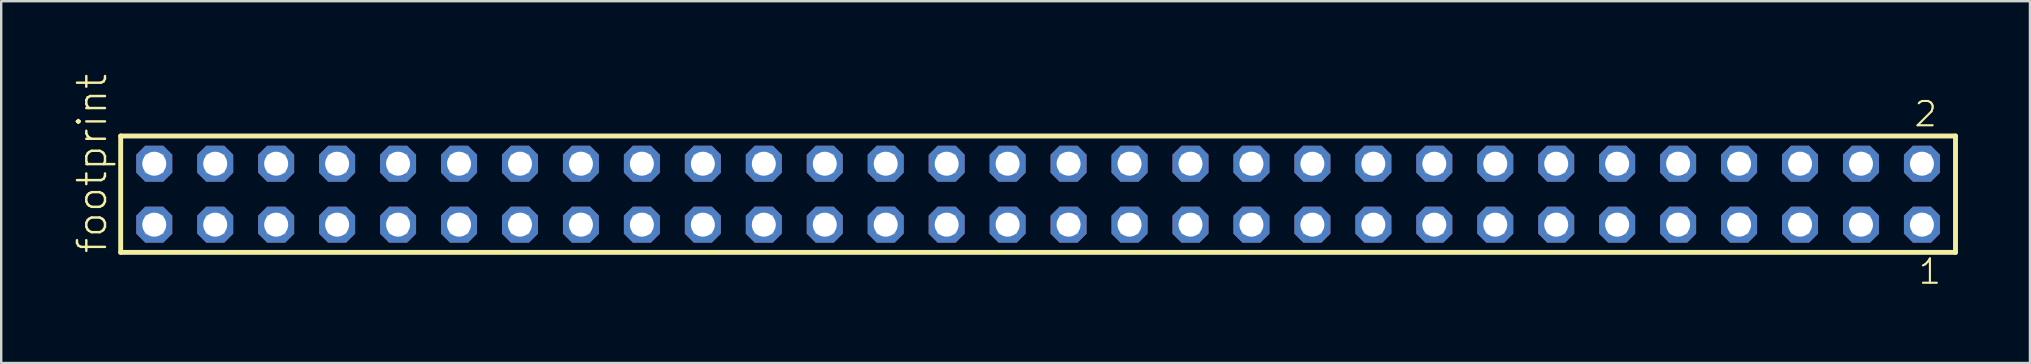
<source format=kicad_pcb>
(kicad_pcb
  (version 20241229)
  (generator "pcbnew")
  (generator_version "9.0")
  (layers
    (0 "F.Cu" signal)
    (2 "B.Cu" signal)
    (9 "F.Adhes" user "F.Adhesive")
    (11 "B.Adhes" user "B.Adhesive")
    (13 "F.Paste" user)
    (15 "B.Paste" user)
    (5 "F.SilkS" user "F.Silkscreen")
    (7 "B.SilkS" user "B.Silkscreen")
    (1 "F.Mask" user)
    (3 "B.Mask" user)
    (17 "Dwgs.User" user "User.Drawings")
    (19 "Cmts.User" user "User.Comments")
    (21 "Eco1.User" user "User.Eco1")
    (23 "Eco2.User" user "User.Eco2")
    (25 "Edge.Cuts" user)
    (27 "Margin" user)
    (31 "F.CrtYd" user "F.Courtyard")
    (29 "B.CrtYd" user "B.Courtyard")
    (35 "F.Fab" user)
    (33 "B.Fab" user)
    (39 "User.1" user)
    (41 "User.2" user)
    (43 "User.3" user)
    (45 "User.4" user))
  (footprint "footprint"
    (layer "F.Cu")
    (at 40.208 5.042)
    (property "Reference" "footprint" (at -38.735 2.54 90) (layer "F.SilkS") (effects (font (size 1.168 1.168) (thickness 0.102)) (justify left bottom)))
    (fp_line (start -38.229 -2.425) (end 38.229 -2.425) (stroke (width 0.203) (type solid)) (layer "F.SilkS"))
    (fp_line (start -38.229 2.425) (end -38.229 -2.425) (stroke (width 0.203) (type solid)) (layer "F.SilkS"))
    (fp_line (start 38.229 -2.425) (end 38.229 2.425) (stroke (width 0.203) (type solid)) (layer "F.SilkS"))
    (fp_line (start 38.229 2.425) (end -38.229 2.425) (stroke (width 0.203) (type solid)) (layer "F.SilkS"))
    (fp_poly (pts (xy -37.18 -0.92) (xy -36.48 -0.92) (xy -36.48 -1.62) (xy -37.18 -1.62)) (stroke (width 0.1) (type solid)) (fill no) (layer "F.Fab"))
    (fp_poly (pts (xy -37.18 1.62) (xy -36.48 1.62) (xy -36.48 0.92) (xy -37.18 0.92)) (stroke (width 0.1) (type solid)) (fill no) (layer "F.Fab"))
    (fp_poly (pts (xy -34.64 -0.92) (xy -33.94 -0.92) (xy -33.94 -1.62) (xy -34.64 -1.62)) (stroke (width 0.1) (type solid)) (fill no) (layer "F.Fab"))
    (fp_poly (pts (xy -34.64 1.62) (xy -33.94 1.62) (xy -33.94 0.92) (xy -34.64 0.92)) (stroke (width 0.1) (type solid)) (fill no) (layer "F.Fab"))
    (fp_poly (pts (xy -32.1 -0.92) (xy -31.4 -0.92) (xy -31.4 -1.62) (xy -32.1 -1.62)) (stroke (width 0.1) (type solid)) (fill no) (layer "F.Fab"))
    (fp_poly (pts (xy -32.1 1.62) (xy -31.4 1.62) (xy -31.4 0.92) (xy -32.1 0.92)) (stroke (width 0.1) (type solid)) (fill no) (layer "F.Fab"))
    (fp_poly (pts (xy -29.56 -0.92) (xy -28.86 -0.92) (xy -28.86 -1.62) (xy -29.56 -1.62)) (stroke (width 0.1) (type solid)) (fill no) (layer "F.Fab"))
    (fp_poly (pts (xy -29.56 1.62) (xy -28.86 1.62) (xy -28.86 0.92) (xy -29.56 0.92)) (stroke (width 0.1) (type solid)) (fill no) (layer "F.Fab"))
    (fp_poly (pts (xy -27.02 -0.92) (xy -26.32 -0.92) (xy -26.32 -1.62) (xy -27.02 -1.62)) (stroke (width 0.1) (type solid)) (fill no) (layer "F.Fab"))
    (fp_poly (pts (xy -27.02 1.62) (xy -26.32 1.62) (xy -26.32 0.92) (xy -27.02 0.92)) (stroke (width 0.1) (type solid)) (fill no) (layer "F.Fab"))
    (fp_poly (pts (xy -24.48 -0.92) (xy -23.78 -0.92) (xy -23.78 -1.62) (xy -24.48 -1.62)) (stroke (width 0.1) (type solid)) (fill no) (layer "F.Fab"))
    (fp_poly (pts (xy -24.48 1.62) (xy -23.78 1.62) (xy -23.78 0.92) (xy -24.48 0.92)) (stroke (width 0.1) (type solid)) (fill no) (layer "F.Fab"))
    (fp_poly (pts (xy -21.94 -0.92) (xy -21.24 -0.92) (xy -21.24 -1.62) (xy -21.94 -1.62)) (stroke (width 0.1) (type solid)) (fill no) (layer "F.Fab"))
    (fp_poly (pts (xy -21.94 1.62) (xy -21.24 1.62) (xy -21.24 0.92) (xy -21.94 0.92)) (stroke (width 0.1) (type solid)) (fill no) (layer "F.Fab"))
    (fp_poly (pts (xy -19.4 -0.92) (xy -18.7 -0.92) (xy -18.7 -1.62) (xy -19.4 -1.62)) (stroke (width 0.1) (type solid)) (fill no) (layer "F.Fab"))
    (fp_poly (pts (xy -19.4 1.62) (xy -18.7 1.62) (xy -18.7 0.92) (xy -19.4 0.92)) (stroke (width 0.1) (type solid)) (fill no) (layer "F.Fab"))
    (fp_poly (pts (xy -16.86 -0.92) (xy -16.16 -0.92) (xy -16.16 -1.62) (xy -16.86 -1.62)) (stroke (width 0.1) (type solid)) (fill no) (layer "F.Fab"))
    (fp_poly (pts (xy -16.86 1.62) (xy -16.16 1.62) (xy -16.16 0.92) (xy -16.86 0.92)) (stroke (width 0.1) (type solid)) (fill no) (layer "F.Fab"))
    (fp_poly (pts (xy -14.32 -0.92) (xy -13.62 -0.92) (xy -13.62 -1.62) (xy -14.32 -1.62)) (stroke (width 0.1) (type solid)) (fill no) (layer "F.Fab"))
    (fp_poly (pts (xy -14.32 1.62) (xy -13.62 1.62) (xy -13.62 0.92) (xy -14.32 0.92)) (stroke (width 0.1) (type solid)) (fill no) (layer "F.Fab"))
    (fp_poly (pts (xy -11.78 -0.92) (xy -11.08 -0.92) (xy -11.08 -1.62) (xy -11.78 -1.62)) (stroke (width 0.1) (type solid)) (fill no) (layer "F.Fab"))
    (fp_poly (pts (xy -11.78 1.62) (xy -11.08 1.62) (xy -11.08 0.92) (xy -11.78 0.92)) (stroke (width 0.1) (type solid)) (fill no) (layer "F.Fab"))
    (fp_poly (pts (xy -9.24 -0.92) (xy -8.54 -0.92) (xy -8.54 -1.62) (xy -9.24 -1.62)) (stroke (width 0.1) (type solid)) (fill no) (layer "F.Fab"))
    (fp_poly (pts (xy -9.24 1.62) (xy -8.54 1.62) (xy -8.54 0.92) (xy -9.24 0.92)) (stroke (width 0.1) (type solid)) (fill no) (layer "F.Fab"))
    (fp_poly (pts (xy -6.7 -0.92) (xy -6 -0.92) (xy -6 -1.62) (xy -6.7 -1.62)) (stroke (width 0.1) (type solid)) (fill no) (layer "F.Fab"))
    (fp_poly (pts (xy -6.7 1.62) (xy -6 1.62) (xy -6 0.92) (xy -6.7 0.92)) (stroke (width 0.1) (type solid)) (fill no) (layer "F.Fab"))
    (fp_poly (pts (xy -4.16 -0.92) (xy -3.46 -0.92) (xy -3.46 -1.62) (xy -4.16 -1.62)) (stroke (width 0.1) (type solid)) (fill no) (layer "F.Fab"))
    (fp_poly (pts (xy -4.16 1.62) (xy -3.46 1.62) (xy -3.46 0.92) (xy -4.16 0.92)) (stroke (width 0.1) (type solid)) (fill no) (layer "F.Fab"))
    (fp_poly (pts (xy -1.62 -0.92) (xy -0.92 -0.92) (xy -0.92 -1.62) (xy -1.62 -1.62)) (stroke (width 0.1) (type solid)) (fill no) (layer "F.Fab"))
    (fp_poly (pts (xy -1.62 1.62) (xy -0.92 1.62) (xy -0.92 0.92) (xy -1.62 0.92)) (stroke (width 0.1) (type solid)) (fill no) (layer "F.Fab"))
    (fp_poly (pts (xy 0.92 -0.92) (xy 1.62 -0.92) (xy 1.62 -1.62) (xy 0.92 -1.62)) (stroke (width 0.1) (type solid)) (fill no) (layer "F.Fab"))
    (fp_poly (pts (xy 0.92 1.62) (xy 1.62 1.62) (xy 1.62 0.92) (xy 0.92 0.92)) (stroke (width 0.1) (type solid)) (fill no) (layer "F.Fab"))
    (fp_poly (pts (xy 3.46 -0.92) (xy 4.16 -0.92) (xy 4.16 -1.62) (xy 3.46 -1.62)) (stroke (width 0.1) (type solid)) (fill no) (layer "F.Fab"))
    (fp_poly (pts (xy 3.46 1.62) (xy 4.16 1.62) (xy 4.16 0.92) (xy 3.46 0.92)) (stroke (width 0.1) (type solid)) (fill no) (layer "F.Fab"))
    (fp_poly (pts (xy 6 -0.92) (xy 6.7 -0.92) (xy 6.7 -1.62) (xy 6 -1.62)) (stroke (width 0.1) (type solid)) (fill no) (layer "F.Fab"))
    (fp_poly (pts (xy 6 1.62) (xy 6.7 1.62) (xy 6.7 0.92) (xy 6 0.92)) (stroke (width 0.1) (type solid)) (fill no) (layer "F.Fab"))
    (fp_poly (pts (xy 8.54 -0.92) (xy 9.24 -0.92) (xy 9.24 -1.62) (xy 8.54 -1.62)) (stroke (width 0.1) (type solid)) (fill no) (layer "F.Fab"))
    (fp_poly (pts (xy 8.54 1.62) (xy 9.24 1.62) (xy 9.24 0.92) (xy 8.54 0.92)) (stroke (width 0.1) (type solid)) (fill no) (layer "F.Fab"))
    (fp_poly (pts (xy 11.08 -0.92) (xy 11.78 -0.92) (xy 11.78 -1.62) (xy 11.08 -1.62)) (stroke (width 0.1) (type solid)) (fill no) (layer "F.Fab"))
    (fp_poly (pts (xy 11.08 1.62) (xy 11.78 1.62) (xy 11.78 0.92) (xy 11.08 0.92)) (stroke (width 0.1) (type solid)) (fill no) (layer "F.Fab"))
    (fp_poly (pts (xy 13.62 -0.92) (xy 14.32 -0.92) (xy 14.32 -1.62) (xy 13.62 -1.62)) (stroke (width 0.1) (type solid)) (fill no) (layer "F.Fab"))
    (fp_poly (pts (xy 13.62 1.62) (xy 14.32 1.62) (xy 14.32 0.92) (xy 13.62 0.92)) (stroke (width 0.1) (type solid)) (fill no) (layer "F.Fab"))
    (fp_poly (pts (xy 16.16 -0.92) (xy 16.86 -0.92) (xy 16.86 -1.62) (xy 16.16 -1.62)) (stroke (width 0.1) (type solid)) (fill no) (layer "F.Fab"))
    (fp_poly (pts (xy 16.16 1.62) (xy 16.86 1.62) (xy 16.86 0.92) (xy 16.16 0.92)) (stroke (width 0.1) (type solid)) (fill no) (layer "F.Fab"))
    (fp_poly (pts (xy 18.7 -0.92) (xy 19.4 -0.92) (xy 19.4 -1.62) (xy 18.7 -1.62)) (stroke (width 0.1) (type solid)) (fill no) (layer "F.Fab"))
    (fp_poly (pts (xy 18.7 1.62) (xy 19.4 1.62) (xy 19.4 0.92) (xy 18.7 0.92)) (stroke (width 0.1) (type solid)) (fill no) (layer "F.Fab"))
    (fp_poly (pts (xy 21.24 -0.92) (xy 21.94 -0.92) (xy 21.94 -1.62) (xy 21.24 -1.62)) (stroke (width 0.1) (type solid)) (fill no) (layer "F.Fab"))
    (fp_poly (pts (xy 21.24 1.62) (xy 21.94 1.62) (xy 21.94 0.92) (xy 21.24 0.92)) (stroke (width 0.1) (type solid)) (fill no) (layer "F.Fab"))
    (fp_poly (pts (xy 23.78 -0.92) (xy 24.48 -0.92) (xy 24.48 -1.62) (xy 23.78 -1.62)) (stroke (width 0.1) (type solid)) (fill no) (layer "F.Fab"))
    (fp_poly (pts (xy 23.78 1.62) (xy 24.48 1.62) (xy 24.48 0.92) (xy 23.78 0.92)) (stroke (width 0.1) (type solid)) (fill no) (layer "F.Fab"))
    (fp_poly (pts (xy 26.32 -0.92) (xy 27.02 -0.92) (xy 27.02 -1.62) (xy 26.32 -1.62)) (stroke (width 0.1) (type solid)) (fill no) (layer "F.Fab"))
    (fp_poly (pts (xy 26.32 1.62) (xy 27.02 1.62) (xy 27.02 0.92) (xy 26.32 0.92)) (stroke (width 0.1) (type solid)) (fill no) (layer "F.Fab"))
    (fp_poly (pts (xy 28.86 -0.92) (xy 29.56 -0.92) (xy 29.56 -1.62) (xy 28.86 -1.62)) (stroke (width 0.1) (type solid)) (fill no) (layer "F.Fab"))
    (fp_poly (pts (xy 28.86 1.62) (xy 29.56 1.62) (xy 29.56 0.92) (xy 28.86 0.92)) (stroke (width 0.1) (type solid)) (fill no) (layer "F.Fab"))
    (fp_poly (pts (xy 31.4 -0.92) (xy 32.1 -0.92) (xy 32.1 -1.62) (xy 31.4 -1.62)) (stroke (width 0.1) (type solid)) (fill no) (layer "F.Fab"))
    (fp_poly (pts (xy 31.4 1.62) (xy 32.1 1.62) (xy 32.1 0.92) (xy 31.4 0.92)) (stroke (width 0.1) (type solid)) (fill no) (layer "F.Fab"))
    (fp_poly (pts (xy 33.94 -0.92) (xy 34.64 -0.92) (xy 34.64 -1.62) (xy 33.94 -1.62)) (stroke (width 0.1) (type solid)) (fill no) (layer "F.Fab"))
    (fp_poly (pts (xy 33.94 1.62) (xy 34.64 1.62) (xy 34.64 0.92) (xy 33.94 0.92)) (stroke (width 0.1) (type solid)) (fill no) (layer "F.Fab"))
    (fp_poly (pts (xy 36.48 -0.92) (xy 37.18 -0.92) (xy 37.18 -1.62) (xy 36.48 -1.62)) (stroke (width 0.1) (type solid)) (fill no) (layer "F.Fab"))
    (fp_poly (pts (xy 36.48 1.62) (xy 37.18 1.62) (xy 37.18 0.92) (xy 36.48 0.92)) (stroke (width 0.1) (type solid)) (fill no) (layer "F.Fab"))
    (fp_text user "1" (at 36.622 3.818 0) (layer "F.SilkS") (effects (font (size 1.012 1.012) (thickness 0.088)) (justify left bottom)))
    (fp_text user "2" (at 36.447 -2.744 0) (layer "F.SilkS") (effects (font (size 1.012 1.012) (thickness 0.088)) (justify left bottom)))
    (pad "1" thru_hole roundrect (at 36.83 1.27 180) (size 1.5 1.5) (drill 1) (layers "*.Cu" "*.Mask") (roundrect_rratio 0.25) (chamfer_ratio 0.25) (chamfer top_left top_right bottom_left bottom_right))
    (pad "2" thru_hole roundrect (at 36.83 -1.27 180) (size 1.5 1.5) (drill 1) (layers "*.Cu" "*.Mask") (roundrect_rratio 0.25) (chamfer_ratio 0.25) (chamfer top_left top_right bottom_left bottom_right))
    (pad "3" thru_hole roundrect (at 34.29 1.27 180) (size 1.5 1.5) (drill 1) (layers "*.Cu" "*.Mask") (roundrect_rratio 0.25) (chamfer_ratio 0.25) (chamfer top_left top_right bottom_left bottom_right))
    (pad "4" thru_hole roundrect (at 34.29 -1.27 180) (size 1.5 1.5) (drill 1) (layers "*.Cu" "*.Mask") (roundrect_rratio 0.25) (chamfer_ratio 0.25) (chamfer top_left top_right bottom_left bottom_right))
    (pad "5" thru_hole roundrect (at 31.75 1.27 180) (size 1.5 1.5) (drill 1) (layers "*.Cu" "*.Mask") (roundrect_rratio 0.25) (chamfer_ratio 0.25) (chamfer top_left top_right bottom_left bottom_right))
    (pad "6" thru_hole roundrect (at 31.75 -1.27 180) (size 1.5 1.5) (drill 1) (layers "*.Cu" "*.Mask") (roundrect_rratio 0.25) (chamfer_ratio 0.25) (chamfer top_left top_right bottom_left bottom_right))
    (pad "7" thru_hole roundrect (at 29.21 1.27 180) (size 1.5 1.5) (drill 1) (layers "*.Cu" "*.Mask") (roundrect_rratio 0.25) (chamfer_ratio 0.25) (chamfer top_left top_right bottom_left bottom_right))
    (pad "8" thru_hole roundrect (at 29.21 -1.27 180) (size 1.5 1.5) (drill 1) (layers "*.Cu" "*.Mask") (roundrect_rratio 0.25) (chamfer_ratio 0.25) (chamfer top_left top_right bottom_left bottom_right))
    (pad "9" thru_hole roundrect (at 26.67 1.27 180) (size 1.5 1.5) (drill 1) (layers "*.Cu" "*.Mask") (roundrect_rratio 0.25) (chamfer_ratio 0.25) (chamfer top_left top_right bottom_left bottom_right))
    (pad "10" thru_hole roundrect (at 26.67 -1.27 180) (size 1.5 1.5) (drill 1) (layers "*.Cu" "*.Mask") (roundrect_rratio 0.25) (chamfer_ratio 0.25) (chamfer top_left top_right bottom_left bottom_right))
    (pad "11" thru_hole roundrect (at 24.13 1.27 180) (size 1.5 1.5) (drill 1) (layers "*.Cu" "*.Mask") (roundrect_rratio 0.25) (chamfer_ratio 0.25) (chamfer top_left top_right bottom_left bottom_right))
    (pad "12" thru_hole roundrect (at 24.13 -1.27 180) (size 1.5 1.5) (drill 1) (layers "*.Cu" "*.Mask") (roundrect_rratio 0.25) (chamfer_ratio 0.25) (chamfer top_left top_right bottom_left bottom_right))
    (pad "13" thru_hole roundrect (at 21.59 1.27 180) (size 1.5 1.5) (drill 1) (layers "*.Cu" "*.Mask") (roundrect_rratio 0.25) (chamfer_ratio 0.25) (chamfer top_left top_right bottom_left bottom_right))
    (pad "14" thru_hole roundrect (at 21.59 -1.27 180) (size 1.5 1.5) (drill 1) (layers "*.Cu" "*.Mask") (roundrect_rratio 0.25) (chamfer_ratio 0.25) (chamfer top_left top_right bottom_left bottom_right))
    (pad "15" thru_hole roundrect (at 19.05 1.27 180) (size 1.5 1.5) (drill 1) (layers "*.Cu" "*.Mask") (roundrect_rratio 0.25) (chamfer_ratio 0.25) (chamfer top_left top_right bottom_left bottom_right))
    (pad "16" thru_hole roundrect (at 19.05 -1.27 180) (size 1.5 1.5) (drill 1) (layers "*.Cu" "*.Mask") (roundrect_rratio 0.25) (chamfer_ratio 0.25) (chamfer top_left top_right bottom_left bottom_right))
    (pad "17" thru_hole roundrect (at 16.51 1.27 180) (size 1.5 1.5) (drill 1) (layers "*.Cu" "*.Mask") (roundrect_rratio 0.25) (chamfer_ratio 0.25) (chamfer top_left top_right bottom_left bottom_right))
    (pad "18" thru_hole roundrect (at 16.51 -1.27 180) (size 1.5 1.5) (drill 1) (layers "*.Cu" "*.Mask") (roundrect_rratio 0.25) (chamfer_ratio 0.25) (chamfer top_left top_right bottom_left bottom_right))
    (pad "19" thru_hole roundrect (at 13.97 1.27 180) (size 1.5 1.5) (drill 1) (layers "*.Cu" "*.Mask") (roundrect_rratio 0.25) (chamfer_ratio 0.25) (chamfer top_left top_right bottom_left bottom_right))
    (pad "20" thru_hole roundrect (at 13.97 -1.27 180) (size 1.5 1.5) (drill 1) (layers "*.Cu" "*.Mask") (roundrect_rratio 0.25) (chamfer_ratio 0.25) (chamfer top_left top_right bottom_left bottom_right))
    (pad "21" thru_hole roundrect (at 11.43 1.27 180) (size 1.5 1.5) (drill 1) (layers "*.Cu" "*.Mask") (roundrect_rratio 0.25) (chamfer_ratio 0.25) (chamfer top_left top_right bottom_left bottom_right))
    (pad "22" thru_hole roundrect (at 11.43 -1.27 180) (size 1.5 1.5) (drill 1) (layers "*.Cu" "*.Mask") (roundrect_rratio 0.25) (chamfer_ratio 0.25) (chamfer top_left top_right bottom_left bottom_right))
    (pad "23" thru_hole roundrect (at 8.89 1.27 180) (size 1.5 1.5) (drill 1) (layers "*.Cu" "*.Mask") (roundrect_rratio 0.25) (chamfer_ratio 0.25) (chamfer top_left top_right bottom_left bottom_right))
    (pad "24" thru_hole roundrect (at 8.89 -1.27 180) (size 1.5 1.5) (drill 1) (layers "*.Cu" "*.Mask") (roundrect_rratio 0.25) (chamfer_ratio 0.25) (chamfer top_left top_right bottom_left bottom_right))
    (pad "25" thru_hole roundrect (at 6.35 1.27 180) (size 1.5 1.5) (drill 1) (layers "*.Cu" "*.Mask") (roundrect_rratio 0.25) (chamfer_ratio 0.25) (chamfer top_left top_right bottom_left bottom_right))
    (pad "26" thru_hole roundrect (at 6.35 -1.27 180) (size 1.5 1.5) (drill 1) (layers "*.Cu" "*.Mask") (roundrect_rratio 0.25) (chamfer_ratio 0.25) (chamfer top_left top_right bottom_left bottom_right))
    (pad "27" thru_hole roundrect (at 3.81 1.27 180) (size 1.5 1.5) (drill 1) (layers "*.Cu" "*.Mask") (roundrect_rratio 0.25) (chamfer_ratio 0.25) (chamfer top_left top_right bottom_left bottom_right))
    (pad "28" thru_hole roundrect (at 3.81 -1.27 180) (size 1.5 1.5) (drill 1) (layers "*.Cu" "*.Mask") (roundrect_rratio 0.25) (chamfer_ratio 0.25) (chamfer top_left top_right bottom_left bottom_right))
    (pad "29" thru_hole roundrect (at 1.27 1.27 180) (size 1.5 1.5) (drill 1) (layers "*.Cu" "*.Mask") (roundrect_rratio 0.25) (chamfer_ratio 0.25) (chamfer top_left top_right bottom_left bottom_right))
    (pad "30" thru_hole roundrect (at 1.27 -1.27 180) (size 1.5 1.5) (drill 1) (layers "*.Cu" "*.Mask") (roundrect_rratio 0.25) (chamfer_ratio 0.25) (chamfer top_left top_right bottom_left bottom_right))
    (pad "31" thru_hole roundrect (at -1.27 1.27 180) (size 1.5 1.5) (drill 1) (layers "*.Cu" "*.Mask") (roundrect_rratio 0.25) (chamfer_ratio 0.25) (chamfer top_left top_right bottom_left bottom_right))
    (pad "32" thru_hole roundrect (at -1.27 -1.27 180) (size 1.5 1.5) (drill 1) (layers "*.Cu" "*.Mask") (roundrect_rratio 0.25) (chamfer_ratio 0.25) (chamfer top_left top_right bottom_left bottom_right))
    (pad "33" thru_hole roundrect (at -3.81 1.27 180) (size 1.5 1.5) (drill 1) (layers "*.Cu" "*.Mask") (roundrect_rratio 0.25) (chamfer_ratio 0.25) (chamfer top_left top_right bottom_left bottom_right))
    (pad "34" thru_hole roundrect (at -3.81 -1.27 180) (size 1.5 1.5) (drill 1) (layers "*.Cu" "*.Mask") (roundrect_rratio 0.25) (chamfer_ratio 0.25) (chamfer top_left top_right bottom_left bottom_right))
    (pad "35" thru_hole roundrect (at -6.35 1.27 180) (size 1.5 1.5) (drill 1) (layers "*.Cu" "*.Mask") (roundrect_rratio 0.25) (chamfer_ratio 0.25) (chamfer top_left top_right bottom_left bottom_right))
    (pad "36" thru_hole roundrect (at -6.35 -1.27 180) (size 1.5 1.5) (drill 1) (layers "*.Cu" "*.Mask") (roundrect_rratio 0.25) (chamfer_ratio 0.25) (chamfer top_left top_right bottom_left bottom_right))
    (pad "37" thru_hole roundrect (at -8.89 1.27 180) (size 1.5 1.5) (drill 1) (layers "*.Cu" "*.Mask") (roundrect_rratio 0.25) (chamfer_ratio 0.25) (chamfer top_left top_right bottom_left bottom_right))
    (pad "38" thru_hole roundrect (at -8.89 -1.27 180) (size 1.5 1.5) (drill 1) (layers "*.Cu" "*.Mask") (roundrect_rratio 0.25) (chamfer_ratio 0.25) (chamfer top_left top_right bottom_left bottom_right))
    (pad "39" thru_hole roundrect (at -11.43 1.27 180) (size 1.5 1.5) (drill 1) (layers "*.Cu" "*.Mask") (roundrect_rratio 0.25) (chamfer_ratio 0.25) (chamfer top_left top_right bottom_left bottom_right))
    (pad "40" thru_hole roundrect (at -11.43 -1.27 180) (size 1.5 1.5) (drill 1) (layers "*.Cu" "*.Mask") (roundrect_rratio 0.25) (chamfer_ratio 0.25) (chamfer top_left top_right bottom_left bottom_right))
    (pad "41" thru_hole roundrect (at -13.97 1.27 180) (size 1.5 1.5) (drill 1) (layers "*.Cu" "*.Mask") (roundrect_rratio 0.25) (chamfer_ratio 0.25) (chamfer top_left top_right bottom_left bottom_right))
    (pad "42" thru_hole roundrect (at -13.97 -1.27 180) (size 1.5 1.5) (drill 1) (layers "*.Cu" "*.Mask") (roundrect_rratio 0.25) (chamfer_ratio 0.25) (chamfer top_left top_right bottom_left bottom_right))
    (pad "43" thru_hole roundrect (at -16.51 1.27 180) (size 1.5 1.5) (drill 1) (layers "*.Cu" "*.Mask") (roundrect_rratio 0.25) (chamfer_ratio 0.25) (chamfer top_left top_right bottom_left bottom_right))
    (pad "44" thru_hole roundrect (at -16.51 -1.27 180) (size 1.5 1.5) (drill 1) (layers "*.Cu" "*.Mask") (roundrect_rratio 0.25) (chamfer_ratio 0.25) (chamfer top_left top_right bottom_left bottom_right))
    (pad "45" thru_hole roundrect (at -19.05 1.27 180) (size 1.5 1.5) (drill 1) (layers "*.Cu" "*.Mask") (roundrect_rratio 0.25) (chamfer_ratio 0.25) (chamfer top_left top_right bottom_left bottom_right))
    (pad "46" thru_hole roundrect (at -19.05 -1.27 180) (size 1.5 1.5) (drill 1) (layers "*.Cu" "*.Mask") (roundrect_rratio 0.25) (chamfer_ratio 0.25) (chamfer top_left top_right bottom_left bottom_right))
    (pad "47" thru_hole roundrect (at -21.59 1.27 180) (size 1.5 1.5) (drill 1) (layers "*.Cu" "*.Mask") (roundrect_rratio 0.25) (chamfer_ratio 0.25) (chamfer top_left top_right bottom_left bottom_right))
    (pad "48" thru_hole roundrect (at -21.59 -1.27 180) (size 1.5 1.5) (drill 1) (layers "*.Cu" "*.Mask") (roundrect_rratio 0.25) (chamfer_ratio 0.25) (chamfer top_left top_right bottom_left bottom_right))
    (pad "49" thru_hole roundrect (at -24.13 1.27 180) (size 1.5 1.5) (drill 1) (layers "*.Cu" "*.Mask") (roundrect_rratio 0.25) (chamfer_ratio 0.25) (chamfer top_left top_right bottom_left bottom_right))
    (pad "50" thru_hole roundrect (at -24.13 -1.27 180) (size 1.5 1.5) (drill 1) (layers "*.Cu" "*.Mask") (roundrect_rratio 0.25) (chamfer_ratio 0.25) (chamfer top_left top_right bottom_left bottom_right))
    (pad "51" thru_hole roundrect (at -26.67 1.27 180) (size 1.5 1.5) (drill 1) (layers "*.Cu" "*.Mask") (roundrect_rratio 0.25) (chamfer_ratio 0.25) (chamfer top_left top_right bottom_left bottom_right))
    (pad "52" thru_hole roundrect (at -26.67 -1.27 180) (size 1.5 1.5) (drill 1) (layers "*.Cu" "*.Mask") (roundrect_rratio 0.25) (chamfer_ratio 0.25) (chamfer top_left top_right bottom_left bottom_right))
    (pad "53" thru_hole roundrect (at -29.21 1.27 180) (size 1.5 1.5) (drill 1) (layers "*.Cu" "*.Mask") (roundrect_rratio 0.25) (chamfer_ratio 0.25) (chamfer top_left top_right bottom_left bottom_right))
    (pad "54" thru_hole roundrect (at -29.21 -1.27 180) (size 1.5 1.5) (drill 1) (layers "*.Cu" "*.Mask") (roundrect_rratio 0.25) (chamfer_ratio 0.25) (chamfer top_left top_right bottom_left bottom_right))
    (pad "55" thru_hole roundrect (at -31.75 1.27 180) (size 1.5 1.5) (drill 1) (layers "*.Cu" "*.Mask") (roundrect_rratio 0.25) (chamfer_ratio 0.25) (chamfer top_left top_right bottom_left bottom_right))
    (pad "56" thru_hole roundrect (at -31.75 -1.27 180) (size 1.5 1.5) (drill 1) (layers "*.Cu" "*.Mask") (roundrect_rratio 0.25) (chamfer_ratio 0.25) (chamfer top_left top_right bottom_left bottom_right))
    (pad "57" thru_hole roundrect (at -34.29 1.27 180) (size 1.5 1.5) (drill 1) (layers "*.Cu" "*.Mask") (roundrect_rratio 0.25) (chamfer_ratio 0.25) (chamfer top_left top_right bottom_left bottom_right))
    (pad "58" thru_hole roundrect (at -34.29 -1.27 180) (size 1.5 1.5) (drill 1) (layers "*.Cu" "*.Mask") (roundrect_rratio 0.25) (chamfer_ratio 0.25) (chamfer top_left top_right bottom_left bottom_right))
    (pad "59" thru_hole roundrect (at -36.83 1.27 180) (size 1.5 1.5) (drill 1) (layers "*.Cu" "*.Mask") (roundrect_rratio 0.25) (chamfer_ratio 0.25) (chamfer top_left top_right bottom_left bottom_right))
    (pad "60" thru_hole roundrect (at -36.83 -1.27 180) (size 1.5 1.5) (drill 1) (layers "*.Cu" "*.Mask") (roundrect_rratio 0.25) (chamfer_ratio 0.25) (chamfer top_left top_right bottom_left bottom_right)))
  (gr_rect
    (start -3 -3)
    (end 81.539 12.077)
    (stroke (width 0.1) (type default))
    (fill no)
    (layer "Edge.Cuts")))
</source>
